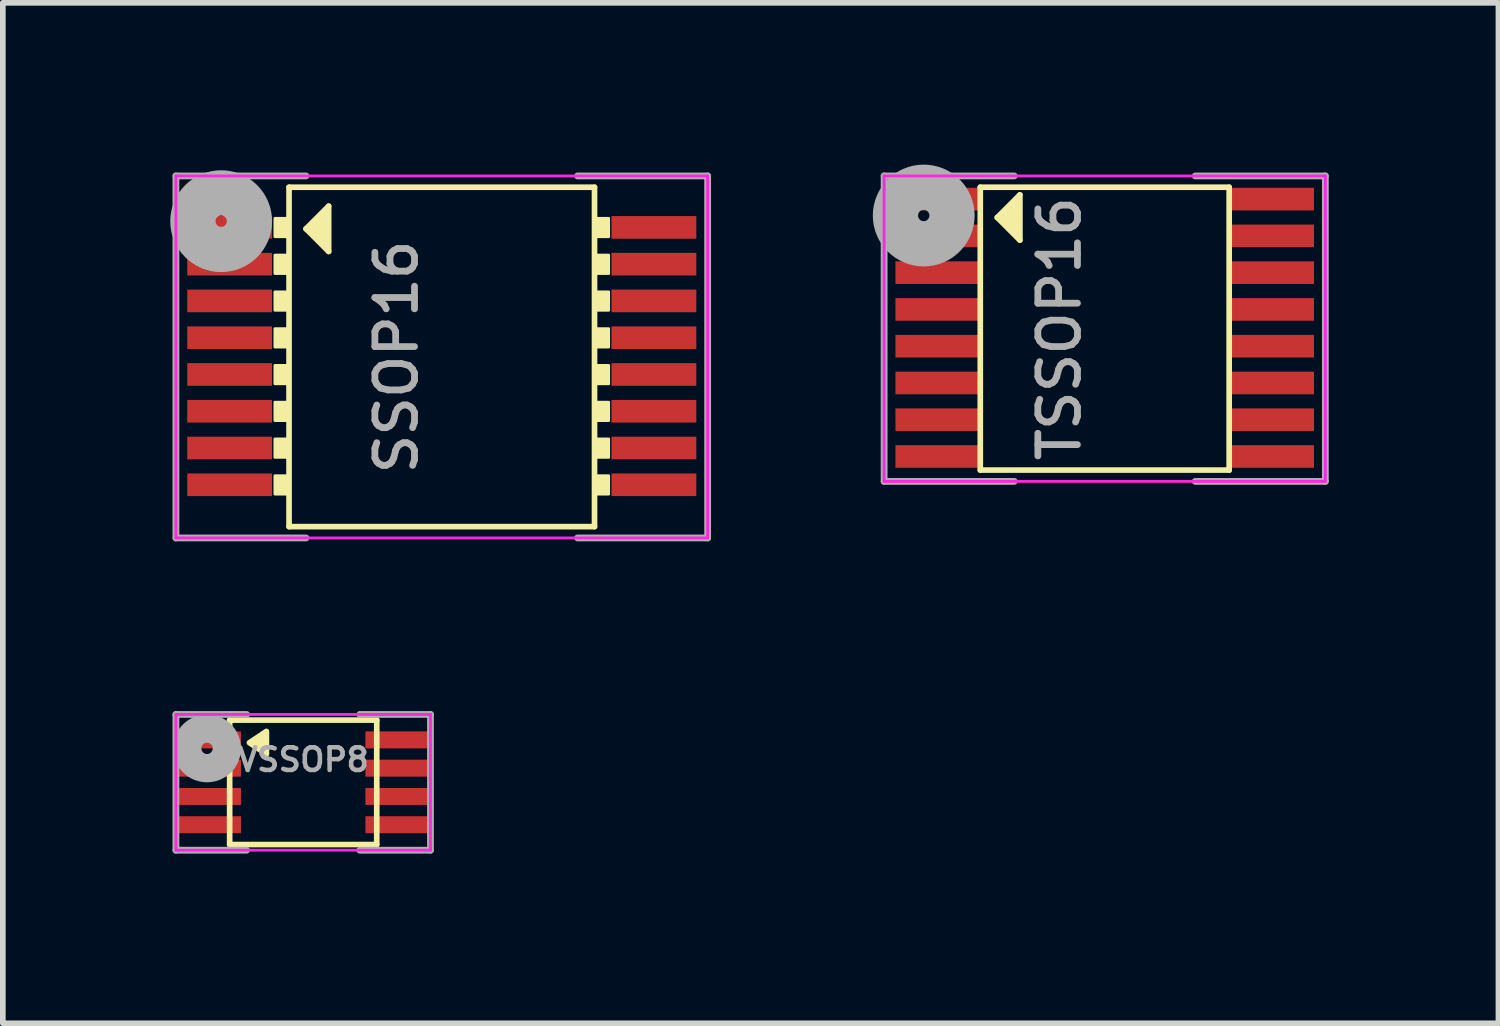
<source format=kicad_pcb>
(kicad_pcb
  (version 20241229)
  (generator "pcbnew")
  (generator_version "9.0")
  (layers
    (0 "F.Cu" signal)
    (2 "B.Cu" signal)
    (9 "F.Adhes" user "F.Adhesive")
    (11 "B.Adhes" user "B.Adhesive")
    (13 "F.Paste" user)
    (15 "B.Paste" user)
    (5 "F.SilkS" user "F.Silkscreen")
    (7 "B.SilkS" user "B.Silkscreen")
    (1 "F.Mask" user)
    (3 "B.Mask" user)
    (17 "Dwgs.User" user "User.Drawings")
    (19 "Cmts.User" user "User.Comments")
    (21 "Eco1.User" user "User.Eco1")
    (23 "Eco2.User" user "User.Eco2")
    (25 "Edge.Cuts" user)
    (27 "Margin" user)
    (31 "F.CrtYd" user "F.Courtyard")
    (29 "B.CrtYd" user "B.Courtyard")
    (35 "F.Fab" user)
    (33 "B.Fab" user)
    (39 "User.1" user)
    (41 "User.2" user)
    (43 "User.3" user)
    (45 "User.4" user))
  (footprint "SSOP16"
    (layer "F.Cu")
    (at 4.76 3.26)
    (property "Reference" "SSOP16" (at -0.8 0 90) (layer "F.Fab") (effects (font (size 0.7 0.7) (thickness 0.12))))
    (attr smd)
    (fp_line (start -2.7 -3) (end 2.7 -3) (stroke (width 0.1) (type solid)) (layer "F.SilkS"))
    (fp_line (start -2.7 3) (end -2.7 -3) (stroke (width 0.1) (type solid)) (layer "F.SilkS"))
    (fp_line (start -2.4 -2.265) (end -2 -2.665) (stroke (width 0.1) (type solid)) (layer "F.SilkS"))
    (fp_line (start -2.2 -2.265) (end -2.1 -2.265) (stroke (width 0.28) (type solid)) (layer "F.SilkS"))
    (fp_line (start -2.1 -2.465) (end -2.1 -2.065) (stroke (width 0.2) (type solid)) (layer "F.SilkS"))
    (fp_line (start -2 -2.665) (end -2 -1.865) (stroke (width 0.1) (type solid)) (layer "F.SilkS"))
    (fp_line (start -2 -1.865) (end -2.4 -2.265) (stroke (width 0.1) (type solid)) (layer "F.SilkS"))
    (fp_line (start 2.7 -3) (end 2.7 3) (stroke (width 0.1) (type solid)) (layer "F.SilkS"))
    (fp_line (start 2.7 3) (end -2.7 3) (stroke (width 0.1) (type solid)) (layer "F.SilkS"))
    (fp_poly (pts (xy -2.7 -2.125) (xy -2.95 -2.125) (xy -2.95 -2.45) (xy -2.7 -2.45)) (stroke (width 0.05) (type solid)) (fill yes) (layer "F.SilkS"))
    (fp_poly (pts (xy -2.7 -1.475) (xy -2.95 -1.475) (xy -2.95 -1.8) (xy -2.7 -1.8)) (stroke (width 0.05) (type solid)) (fill yes) (layer "F.SilkS"))
    (fp_poly (pts (xy -2.7 -0.825) (xy -2.95 -0.825) (xy -2.95 -1.15) (xy -2.7 -1.15)) (stroke (width 0.05) (type solid)) (fill yes) (layer "F.SilkS"))
    (fp_poly (pts (xy -2.7 -0.175) (xy -2.95 -0.175) (xy -2.95 -0.5) (xy -2.7 -0.5)) (stroke (width 0.05) (type solid)) (fill yes) (layer "F.SilkS"))
    (fp_poly (pts (xy -2.7 0.475) (xy -2.95 0.475) (xy -2.95 0.15) (xy -2.7 0.15)) (stroke (width 0.05) (type solid)) (fill yes) (layer "F.SilkS"))
    (fp_poly (pts (xy -2.7 1.125) (xy -2.95 1.125) (xy -2.95 0.8) (xy -2.7 0.8)) (stroke (width 0.05) (type solid)) (fill yes) (layer "F.SilkS"))
    (fp_poly (pts (xy -2.7 1.775) (xy -2.95 1.775) (xy -2.95 1.45) (xy -2.7 1.45)) (stroke (width 0.05) (type solid)) (fill yes) (layer "F.SilkS"))
    (fp_poly (pts (xy -2.7 2.425) (xy -2.95 2.425) (xy -2.95 2.1) (xy -2.7 2.1)) (stroke (width 0.05) (type solid)) (fill yes) (layer "F.SilkS"))
    (fp_poly (pts (xy 2.95 -2.125) (xy 2.7 -2.125) (xy 2.7 -2.45) (xy 2.95 -2.45)) (stroke (width 0.05) (type solid)) (fill yes) (layer "F.SilkS"))
    (fp_poly (pts (xy 2.95 -1.475) (xy 2.7 -1.475) (xy 2.7 -1.8) (xy 2.95 -1.8)) (stroke (width 0.05) (type solid)) (fill yes) (layer "F.SilkS"))
    (fp_poly (pts (xy 2.95 -0.825) (xy 2.7 -0.825) (xy 2.7 -1.15) (xy 2.95 -1.15)) (stroke (width 0.05) (type solid)) (fill yes) (layer "F.SilkS"))
    (fp_poly (pts (xy 2.95 -0.175) (xy 2.7 -0.175) (xy 2.7 -0.5) (xy 2.95 -0.5)) (stroke (width 0.05) (type solid)) (fill yes) (layer "F.SilkS"))
    (fp_poly (pts (xy 2.95 0.475) (xy 2.7 0.475) (xy 2.7 0.15) (xy 2.95 0.15)) (stroke (width 0.05) (type solid)) (fill yes) (layer "F.SilkS"))
    (fp_poly (pts (xy 2.95 1.125) (xy 2.7 1.125) (xy 2.7 0.8) (xy 2.95 0.8)) (stroke (width 0.05) (type solid)) (fill yes) (layer "F.SilkS"))
    (fp_poly (pts (xy 2.95 1.775) (xy 2.7 1.775) (xy 2.7 1.45) (xy 2.95 1.45)) (stroke (width 0.05) (type solid)) (fill yes) (layer "F.SilkS"))
    (fp_poly (pts (xy 2.95 2.425) (xy 2.7 2.425) (xy 2.7 2.1) (xy 2.95 2.1)) (stroke (width 0.05) (type solid)) (fill yes) (layer "F.SilkS"))
    (fp_line (start -4.7 -3.2) (end 4.7 -3.2) (stroke (width 0.05) (type solid)) (layer "F.CrtYd"))
    (fp_line (start -4.7 3.2) (end -4.7 -3.2) (stroke (width 0.05) (type solid)) (layer "F.CrtYd"))
    (fp_line (start 4.7 -3.2) (end 4.7 3.2) (stroke (width 0.05) (type solid)) (layer "F.CrtYd"))
    (fp_line (start 4.7 3.2) (end -4.7 3.2) (stroke (width 0.05) (type solid)) (layer "F.CrtYd"))
    (fp_line (start -4.7 -3.2) (end -4.7 3.2) (stroke (width 0.12) (type solid)) (layer "F.Fab"))
    (fp_line (start -4.7 3.2) (end -2.4 3.2) (stroke (width 0.12) (type solid)) (layer "F.Fab"))
    (fp_line (start -2.4 -3.2) (end -4.7 -3.2) (stroke (width 0.12) (type solid)) (layer "F.Fab"))
    (fp_line (start 2.4 3.2) (end 4.7 3.2) (stroke (width 0.12) (type solid)) (layer "F.Fab"))
    (fp_line (start 4.7 -3.2) (end 2.4 -3.2) (stroke (width 0.12) (type solid)) (layer "F.Fab"))
    (fp_line (start 4.7 3.2) (end 4.7 -3.2) (stroke (width 0.12) (type solid)) (layer "F.Fab"))
    (fp_circle (center -3.9 -2.4) (end -3.9 -2.3) (stroke (width 0.8) (type solid)) (fill no) (layer "F.Fab"))
    (pad "1" smd rect (at -3.75 -2.29) (size 1.5 0.4) (layers "F.Cu" "F.Mask" "F.Paste"))
    (pad "2" smd rect (at -3.75 -1.64) (size 1.5 0.4) (layers "F.Cu" "F.Mask" "F.Paste"))
    (pad "3" smd rect (at -3.75 -0.99) (size 1.5 0.4) (layers "F.Cu" "F.Mask" "F.Paste"))
    (pad "4" smd rect (at -3.75 -0.34) (size 1.5 0.4) (layers "F.Cu" "F.Mask" "F.Paste"))
    (pad "5" smd rect (at -3.75 0.31) (size 1.5 0.4) (layers "F.Cu" "F.Mask" "F.Paste"))
    (pad "6" smd rect (at -3.75 0.96) (size 1.5 0.4) (layers "F.Cu" "F.Mask" "F.Paste"))
    (pad "7" smd rect (at -3.75 1.61) (size 1.5 0.4) (layers "F.Cu" "F.Mask" "F.Paste"))
    (pad "8" smd rect (at -3.75 2.26) (size 1.5 0.4) (layers "F.Cu" "F.Mask" "F.Paste"))
    (pad "9" smd rect (at 3.75 2.26) (size 1.5 0.4) (layers "F.Cu" "F.Mask" "F.Paste"))
    (pad "10" smd rect (at 3.75 1.61) (size 1.5 0.4) (layers "F.Cu" "F.Mask" "F.Paste"))
    (pad "11" smd rect (at 3.75 0.96) (size 1.5 0.4) (layers "F.Cu" "F.Mask" "F.Paste"))
    (pad "12" smd rect (at 3.75 0.31) (size 1.5 0.4) (layers "F.Cu" "F.Mask" "F.Paste"))
    (pad "13" smd rect (at 3.75 -0.34) (size 1.5 0.4) (layers "F.Cu" "F.Mask" "F.Paste"))
    (pad "14" smd rect (at 3.75 -0.99) (size 1.5 0.4) (layers "F.Cu" "F.Mask" "F.Paste"))
    (pad "15" smd rect (at 3.75 -1.64) (size 1.5 0.4) (layers "F.Cu" "F.Mask" "F.Paste"))
    (pad "16" smd rect (at 3.75 -2.29) (size 1.5 0.4) (layers "F.Cu" "F.Mask" "F.Paste")))
  (footprint "VSSOP8"
    (layer "F.Cu")
    (at 2.31 10.78)
    (property "Reference" "VSSOP8" (at 0 -0.4 180) (layer "F.Fab") (effects (font (size 0.4 0.4) (thickness 0.08))))
    (attr smd)
    (fp_line (start -1.3 -1.1) (end 1.3 -1.1) (stroke (width 0.1) (type solid)) (layer "F.SilkS"))
    (fp_line (start -1.3 1.1) (end -1.3 -1.1) (stroke (width 0.1) (type solid)) (layer "F.SilkS"))
    (fp_line (start -1.3 1.1) (end 1.3 1.1) (stroke (width 0.1) (type solid)) (layer "F.SilkS"))
    (fp_line (start 1.3 1.1) (end 1.3 -1.1) (stroke (width 0.1) (type solid)) (layer "F.SilkS"))
    (fp_poly (pts (xy -0.65 -0.5) (xy -0.95 -0.7) (xy -0.65 -0.9)) (stroke (width 0.1) (type solid)) (fill yes) (layer "F.SilkS"))
    (fp_line (start -2.25 -1.2) (end 2.25 -1.2) (stroke (width 0.05) (type solid)) (layer "F.CrtYd"))
    (fp_line (start -2.25 1.2) (end -2.25 -1.2) (stroke (width 0.05) (type solid)) (layer "F.CrtYd"))
    (fp_line (start 2.25 1.2) (end -2.25 1.2) (stroke (width 0.05) (type solid)) (layer "F.CrtYd"))
    (fp_line (start 2.25 1.2) (end 2.25 -1.2) (stroke (width 0.05) (type solid)) (layer "F.CrtYd"))
    (fp_line (start -2.25 -1.2) (end -2.25 1.2) (stroke (width 0.12) (type solid)) (layer "F.Fab"))
    (fp_line (start -1 -1.2) (end -2.25 -1.2) (stroke (width 0.12) (type solid)) (layer "F.Fab"))
    (fp_line (start -1 1.2) (end -2.25 1.2) (stroke (width 0.12) (type solid)) (layer "F.Fab"))
    (fp_line (start 2.25 -1.2) (end 1 -1.2) (stroke (width 0.12) (type solid)) (layer "F.Fab"))
    (fp_line (start 2.25 -1.2) (end 2.25 1.2) (stroke (width 0.12) (type solid)) (layer "F.Fab"))
    (fp_line (start 2.25 1.2) (end 1 1.2) (stroke (width 0.12) (type solid)) (layer "F.Fab"))
    (fp_circle (center -1.7 -0.6) (end -1.6 -0.6) (stroke (width 0.5) (type solid)) (fill no) (layer "F.Fab"))
    (pad "1" smd rect (at -1.65 -0.75) (size 1.1 0.3) (layers "F.Cu" "F.Mask" "F.Paste"))
    (pad "2" smd rect (at -1.65 -0.25) (size 1.1 0.3) (layers "F.Cu" "F.Mask" "F.Paste"))
    (pad "3" smd rect (at -1.65 0.25) (size 1.1 0.3) (layers "F.Cu" "F.Mask" "F.Paste"))
    (pad "4" smd rect (at -1.65 0.75) (size 1.1 0.3) (layers "F.Cu" "F.Mask" "F.Paste"))
    (pad "5" smd rect (at 1.65 0.75) (size 1.1 0.3) (layers "F.Cu" "F.Mask" "F.Paste"))
    (pad "6" smd rect (at 1.65 0.25) (size 1.1 0.3) (layers "F.Cu" "F.Mask" "F.Paste"))
    (pad "7" smd rect (at 1.65 -0.25) (size 1.1 0.3) (layers "F.Cu" "F.Mask" "F.Paste"))
    (pad "8" smd rect (at 1.65 -0.75) (size 1.1 0.3) (layers "F.Cu" "F.Mask" "F.Paste")))
  (footprint "TSSOP16"
    (layer "F.Cu")
    (at 16.48 2.76)
    (property "Reference" "TSSOP16" (at -0.8 0 90) (layer "F.Fab") (effects (font (size 0.7 0.7) (thickness 0.12))))
    (attr smd)
    (fp_line (start -2.2 -2.5) (end 2.2 -2.5) (stroke (width 0.1) (type solid)) (layer "F.SilkS"))
    (fp_line (start -2.2 2.5) (end -2.2 -2.5) (stroke (width 0.1) (type solid)) (layer "F.SilkS"))
    (fp_line (start -1.9 -1.965) (end -1.5 -2.365) (stroke (width 0.1) (type solid)) (layer "F.SilkS"))
    (fp_line (start -1.7 -1.965) (end -1.6 -1.965) (stroke (width 0.28) (type solid)) (layer "F.SilkS"))
    (fp_line (start -1.6 -2.165) (end -1.6 -1.765) (stroke (width 0.2) (type solid)) (layer "F.SilkS"))
    (fp_line (start -1.5 -2.365) (end -1.5 -1.565) (stroke (width 0.1) (type solid)) (layer "F.SilkS"))
    (fp_line (start -1.5 -1.565) (end -1.9 -1.965) (stroke (width 0.1) (type solid)) (layer "F.SilkS"))
    (fp_line (start 2.2 -2.5) (end 2.2 2.5) (stroke (width 0.1) (type solid)) (layer "F.SilkS"))
    (fp_line (start 2.2 2.5) (end -2.2 2.5) (stroke (width 0.1) (type solid)) (layer "F.SilkS"))
    (fp_line (start -3.9 -2.7) (end 3.9 -2.7) (stroke (width 0.05) (type solid)) (layer "F.CrtYd"))
    (fp_line (start -3.9 2.7) (end -3.9 -2.7) (stroke (width 0.05) (type solid)) (layer "F.CrtYd"))
    (fp_line (start 3.9 -2.7) (end 3.9 2.7) (stroke (width 0.05) (type solid)) (layer "F.CrtYd"))
    (fp_line (start 3.9 2.7) (end -3.9 2.7) (stroke (width 0.05) (type solid)) (layer "F.CrtYd"))
    (fp_line (start -3.9 -2.7) (end -3.9 2.7) (stroke (width 0.12) (type solid)) (layer "F.Fab"))
    (fp_line (start -3.9 2.7) (end -1.6 2.7) (stroke (width 0.12) (type solid)) (layer "F.Fab"))
    (fp_line (start -1.6 -2.7) (end -3.9 -2.7) (stroke (width 0.12) (type solid)) (layer "F.Fab"))
    (fp_line (start 1.6 2.7) (end 3.9 2.7) (stroke (width 0.12) (type solid)) (layer "F.Fab"))
    (fp_line (start 3.9 -2.7) (end 1.6 -2.7) (stroke (width 0.12) (type solid)) (layer "F.Fab"))
    (fp_line (start 3.9 2.7) (end 3.9 -2.7) (stroke (width 0.12) (type solid)) (layer "F.Fab"))
    (fp_circle (center -3.2 -2) (end -3.2 -1.9) (stroke (width 0.8) (type solid)) (fill no) (layer "F.Fab"))
    (pad "1" smd rect (at -2.95 -2.29) (size 1.5 0.4) (layers "F.Cu" "F.Mask" "F.Paste"))
    (pad "2" smd rect (at -2.95 -1.64) (size 1.5 0.4) (layers "F.Cu" "F.Mask" "F.Paste"))
    (pad "3" smd rect (at -2.95 -0.99) (size 1.5 0.4) (layers "F.Cu" "F.Mask" "F.Paste"))
    (pad "4" smd rect (at -2.95 -0.34) (size 1.5 0.4) (layers "F.Cu" "F.Mask" "F.Paste"))
    (pad "5" smd rect (at -2.95 0.31) (size 1.5 0.4) (layers "F.Cu" "F.Mask" "F.Paste"))
    (pad "6" smd rect (at -2.95 0.96) (size 1.5 0.4) (layers "F.Cu" "F.Mask" "F.Paste"))
    (pad "7" smd rect (at -2.95 1.61) (size 1.5 0.4) (layers "F.Cu" "F.Mask" "F.Paste"))
    (pad "8" smd rect (at -2.95 2.26) (size 1.5 0.4) (layers "F.Cu" "F.Mask" "F.Paste"))
    (pad "9" smd rect (at 2.95 2.26) (size 1.5 0.4) (layers "F.Cu" "F.Mask" "F.Paste"))
    (pad "10" smd rect (at 2.95 1.61) (size 1.5 0.4) (layers "F.Cu" "F.Mask" "F.Paste"))
    (pad "11" smd rect (at 2.95 0.96) (size 1.5 0.4) (layers "F.Cu" "F.Mask" "F.Paste"))
    (pad "12" smd rect (at 2.95 0.31) (size 1.5 0.4) (layers "F.Cu" "F.Mask" "F.Paste"))
    (pad "13" smd rect (at 2.95 -0.34) (size 1.5 0.4) (layers "F.Cu" "F.Mask" "F.Paste"))
    (pad "14" smd rect (at 2.95 -0.99) (size 1.5 0.4) (layers "F.Cu" "F.Mask" "F.Paste"))
    (pad "15" smd rect (at 2.95 -1.64) (size 1.5 0.4) (layers "F.Cu" "F.Mask" "F.Paste"))
    (pad "16" smd rect (at 2.95 -2.29) (size 1.5 0.4) (layers "F.Cu" "F.Mask" "F.Paste")))
  (gr_rect
    (start -3 -3)
    (end 23.44 15.04)
    (stroke (width 0.1) (type default))
    (fill no)
    (layer "Edge.Cuts")))
</source>
